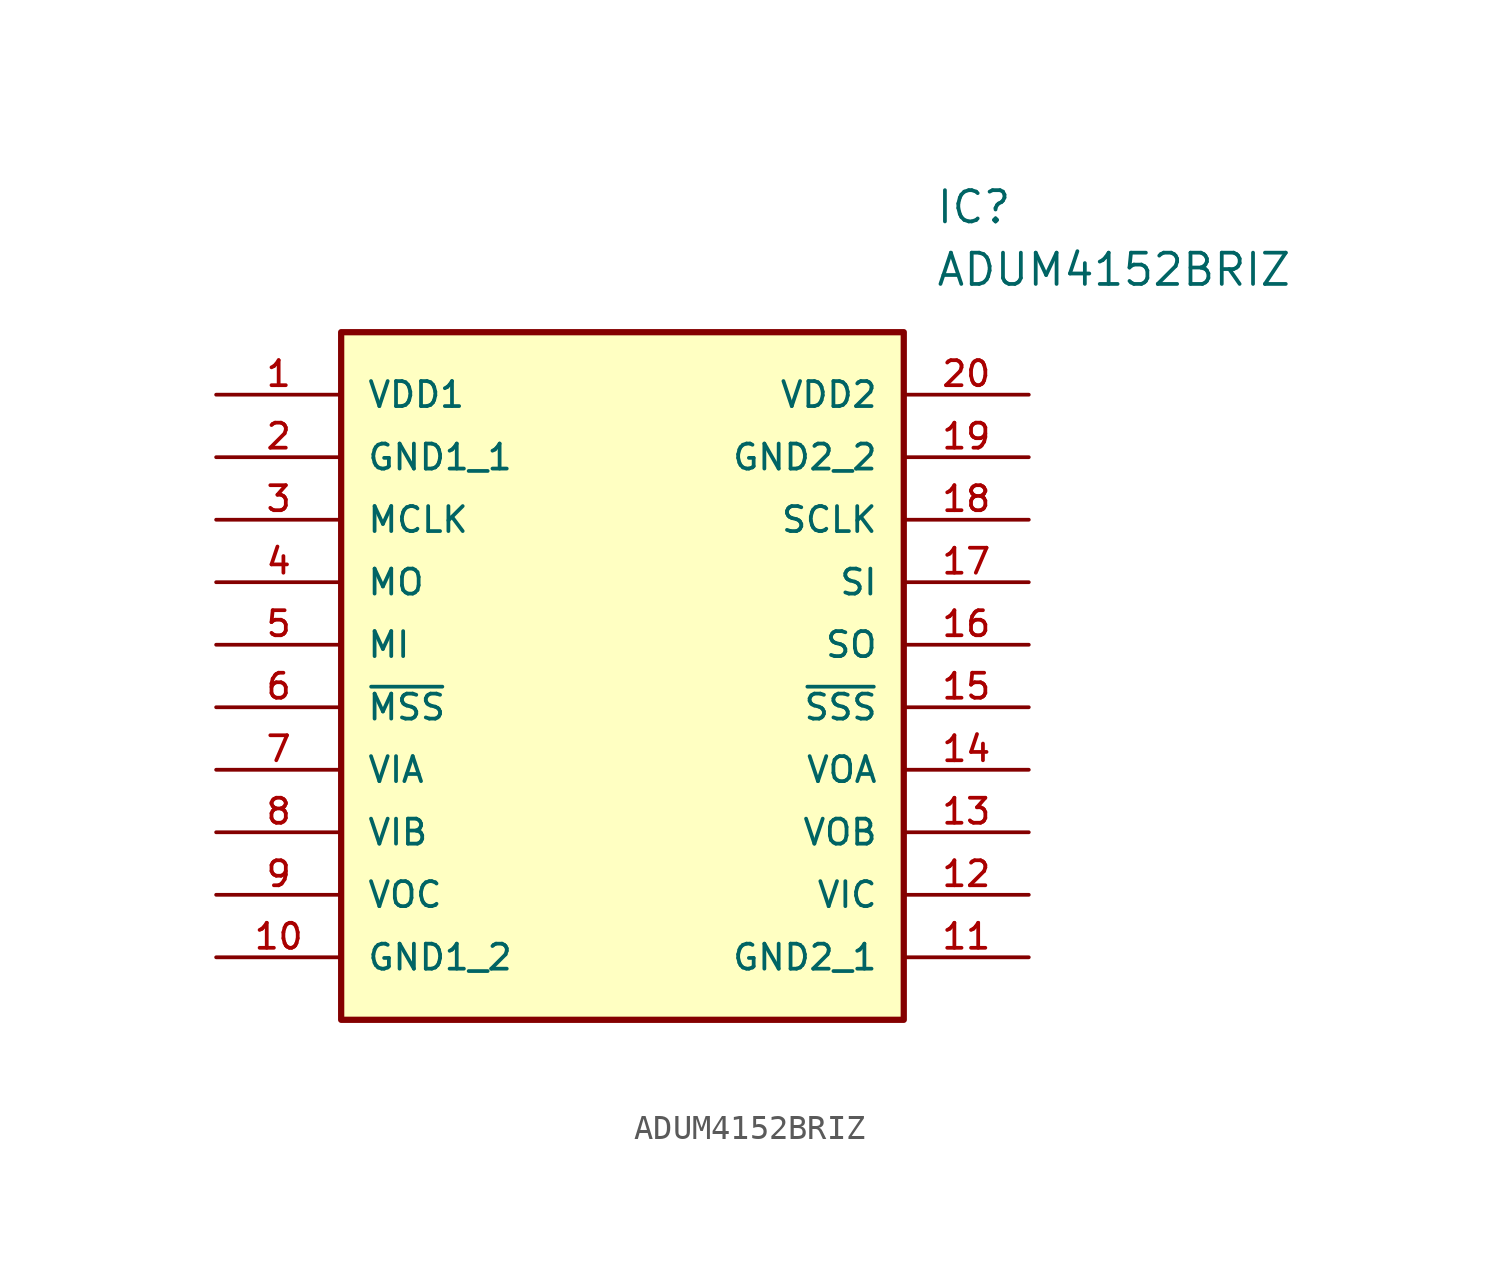
<source format=kicad_sym>
(kicad_symbol_lib
  (version 20211014)
  (generator kicad_symbol_editor)
  (symbol "ADUM4152BRIZ"
    (pin_names
      (offset 1.016))
    (property "Reference" "IC"
      (at 29.21 7.62 0)
      (effects (font (size 1.27 1.27)) (justify left)))
    (property "Value" "ADUM4152BRIZ"
      (at 29.21 5.08 0)
      (effects (font (size 1.27 1.27)) (justify left)))
    (symbol "ADUM4152BRIZ_0_0"
      (rectangle (start 5.08 -25.4) (end 27.94 2.54) (stroke (width 0.254)) (fill (type background)))
      (pin bidirectional line (at 0.0 0.0 0) (length 5.08) (name "VDD1" (effects (font (size 1.016 1.016)))) (number "1" (effects (font (size 1.016 1.016)))))
      (pin bidirectional line (at 0.0 -2.54 0) (length 5.08) (name "GND1_1" (effects (font (size 1.016 1.016)))) (number "2" (effects (font (size 1.016 1.016)))))
      (pin bidirectional line (at 0.0 -5.08 0) (length 5.08) (name "MCLK" (effects (font (size 1.016 1.016)))) (number "3" (effects (font (size 1.016 1.016)))))
      (pin bidirectional line (at 0.0 -7.62 0) (length 5.08) (name "MO" (effects (font (size 1.016 1.016)))) (number "4" (effects (font (size 1.016 1.016)))))
      (pin bidirectional line (at 0.0 -10.16 0) (length 5.08) (name "MI" (effects (font (size 1.016 1.016)))) (number "5" (effects (font (size 1.016 1.016)))))
      (pin bidirectional line (at 0.0 -12.7 0) (length 5.08) (name "~{MSS}" (effects (font (size 1.016 1.016)))) (number "6" (effects (font (size 1.016 1.016)))))
      (pin bidirectional line (at 0.0 -15.24 0) (length 5.08) (name "VIA" (effects (font (size 1.016 1.016)))) (number "7" (effects (font (size 1.016 1.016)))))
      (pin bidirectional line (at 0.0 -17.78 0) (length 5.08) (name "VIB" (effects (font (size 1.016 1.016)))) (number "8" (effects (font (size 1.016 1.016)))))
      (pin bidirectional line (at 0.0 -20.32 0) (length 5.08) (name "VOC" (effects (font (size 1.016 1.016)))) (number "9" (effects (font (size 1.016 1.016)))))
      (pin bidirectional line (at 0.0 -22.86 0) (length 5.08) (name "GND1_2" (effects (font (size 1.016 1.016)))) (number "10" (effects (font (size 1.016 1.016)))))
      (pin bidirectional line (at 33.02 0.0 180.0) (length 5.08) (name "VDD2" (effects (font (size 1.016 1.016)))) (number "20" (effects (font (size 1.016 1.016)))))
      (pin bidirectional line (at 33.02 -2.54 180.0) (length 5.08) (name "GND2_2" (effects (font (size 1.016 1.016)))) (number "19" (effects (font (size 1.016 1.016)))))
      (pin bidirectional line (at 33.02 -5.08 180.0) (length 5.08) (name "SCLK" (effects (font (size 1.016 1.016)))) (number "18" (effects (font (size 1.016 1.016)))))
      (pin bidirectional line (at 33.02 -7.62 180.0) (length 5.08) (name "SI" (effects (font (size 1.016 1.016)))) (number "17" (effects (font (size 1.016 1.016)))))
      (pin bidirectional line (at 33.02 -10.16 180.0) (length 5.08) (name "SO" (effects (font (size 1.016 1.016)))) (number "16" (effects (font (size 1.016 1.016)))))
      (pin bidirectional line (at 33.02 -12.7 180.0) (length 5.08) (name "~{SSS}" (effects (font (size 1.016 1.016)))) (number "15" (effects (font (size 1.016 1.016)))))
      (pin bidirectional line (at 33.02 -15.24 180.0) (length 5.08) (name "VOA" (effects (font (size 1.016 1.016)))) (number "14" (effects (font (size 1.016 1.016)))))
      (pin bidirectional line (at 33.02 -17.78 180.0) (length 5.08) (name "VOB" (effects (font (size 1.016 1.016)))) (number "13" (effects (font (size 1.016 1.016)))))
      (pin bidirectional line (at 33.02 -20.32 180.0) (length 5.08) (name "VIC" (effects (font (size 1.016 1.016)))) (number "12" (effects (font (size 1.016 1.016)))))
      (pin bidirectional line (at 33.02 -22.86 180.0) (length 5.08) (name "GND2_1" (effects (font (size 1.016 1.016)))) (number "11" (effects (font (size 1.016 1.016))))))))
</source>
